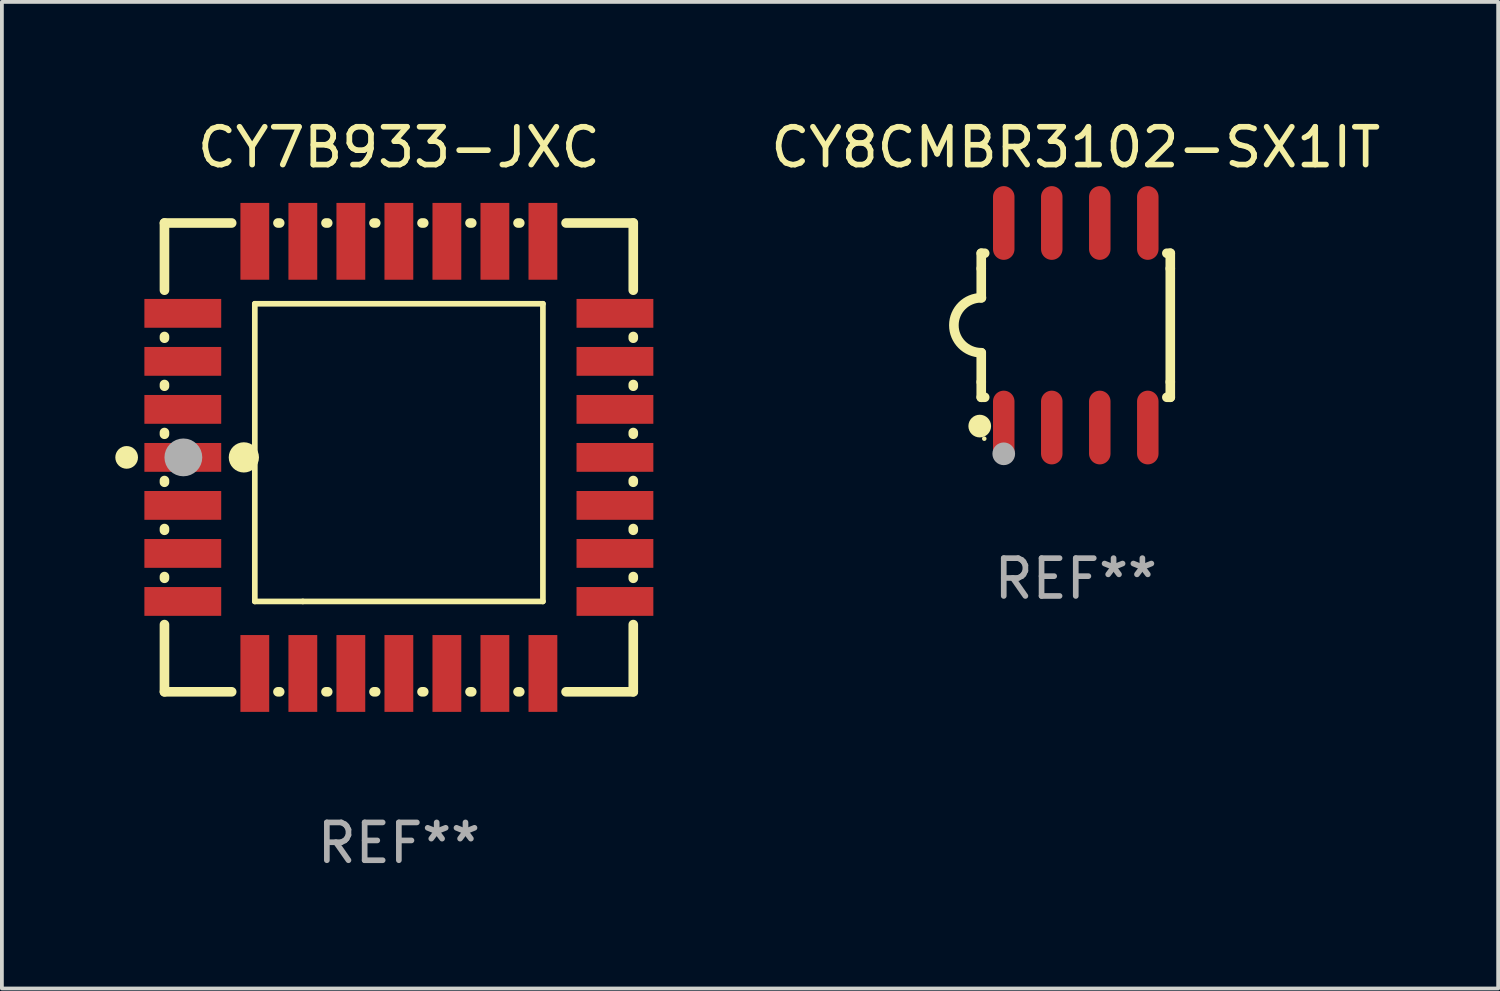
<source format=kicad_pcb>
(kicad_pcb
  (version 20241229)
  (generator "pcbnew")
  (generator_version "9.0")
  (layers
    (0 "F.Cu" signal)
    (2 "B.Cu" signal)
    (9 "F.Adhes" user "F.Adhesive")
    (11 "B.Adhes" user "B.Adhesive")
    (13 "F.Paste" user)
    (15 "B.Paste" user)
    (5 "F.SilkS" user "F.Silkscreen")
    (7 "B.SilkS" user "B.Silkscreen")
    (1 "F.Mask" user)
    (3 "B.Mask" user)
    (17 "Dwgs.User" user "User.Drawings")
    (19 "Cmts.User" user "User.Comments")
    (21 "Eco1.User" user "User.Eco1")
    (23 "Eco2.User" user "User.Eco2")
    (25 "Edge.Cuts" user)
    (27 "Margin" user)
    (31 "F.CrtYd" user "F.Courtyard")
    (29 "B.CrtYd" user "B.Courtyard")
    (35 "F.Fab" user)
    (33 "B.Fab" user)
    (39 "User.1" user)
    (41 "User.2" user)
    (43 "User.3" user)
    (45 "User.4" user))
  (footprint "CY7B933-JXC"
    (layer "F.Cu")
    (at 7.5 9.048)
    (property "Reference" "CY7B933-JXC" (at 0 -8.2 0) (layer "F.SilkS") (effects (font (size 1 1) (thickness 0.15))))
    (attr through_hole)
    (fp_line (start -6.2 -6.2) (end -4.422 -6.2) (stroke (width 0.254) (type solid)) (layer "F.SilkS"))
    (fp_line (start -6.2 -4.422) (end -6.2 -6.2) (stroke (width 0.254) (type solid)) (layer "F.SilkS"))
    (fp_line (start -6.2 -3.152) (end -6.2 -3.198) (stroke (width 0.254) (type solid)) (layer "F.SilkS"))
    (fp_line (start -6.2 -1.882) (end -6.2 -1.928) (stroke (width 0.254) (type solid)) (layer "F.SilkS"))
    (fp_line (start -6.2 -0.612) (end -6.2 -0.658) (stroke (width 0.254) (type solid)) (layer "F.SilkS"))
    (fp_line (start -6.2 0.658) (end -6.2 0.612) (stroke (width 0.254) (type solid)) (layer "F.SilkS"))
    (fp_line (start -6.2 1.928) (end -6.2 1.882) (stroke (width 0.254) (type solid)) (layer "F.SilkS"))
    (fp_line (start -6.2 3.198) (end -6.2 3.152) (stroke (width 0.254) (type solid)) (layer "F.SilkS"))
    (fp_line (start -6.2 6.2) (end -6.2 4.422) (stroke (width 0.254) (type solid)) (layer "F.SilkS"))
    (fp_line (start -4.422 6.2) (end -6.2 6.2) (stroke (width 0.254) (type solid)) (layer "F.SilkS"))
    (fp_line (start -3.81 -4.064) (end 3.81 -4.064) (stroke (width 0.15) (type solid)) (layer "F.SilkS"))
    (fp_line (start -3.81 3.81) (end -3.81 -4.064) (stroke (width 0.15) (type solid)) (layer "F.SilkS"))
    (fp_line (start -3.198 -6.2) (end -3.152 -6.2) (stroke (width 0.254) (type solid)) (layer "F.SilkS"))
    (fp_line (start -3.152 6.2) (end -3.198 6.2) (stroke (width 0.254) (type solid)) (layer "F.SilkS"))
    (fp_line (start -2.54 3.81) (end -3.81 3.81) (stroke (width 0.15) (type solid)) (layer "F.SilkS"))
    (fp_line (start -1.928 -6.2) (end -1.882 -6.2) (stroke (width 0.254) (type solid)) (layer "F.SilkS"))
    (fp_line (start -1.882 6.2) (end -1.928 6.2) (stroke (width 0.254) (type solid)) (layer "F.SilkS"))
    (fp_line (start -0.658 -6.2) (end -0.612 -6.2) (stroke (width 0.254) (type solid)) (layer "F.SilkS"))
    (fp_line (start -0.612 6.2) (end -0.658 6.2) (stroke (width 0.254) (type solid)) (layer "F.SilkS"))
    (fp_line (start 0.612 -6.2) (end 0.658 -6.2) (stroke (width 0.254) (type solid)) (layer "F.SilkS"))
    (fp_line (start 0.658 6.2) (end 0.612 6.2) (stroke (width 0.254) (type solid)) (layer "F.SilkS"))
    (fp_line (start 1.882 -6.2) (end 1.928 -6.2) (stroke (width 0.254) (type solid)) (layer "F.SilkS"))
    (fp_line (start 1.928 6.2) (end 1.882 6.2) (stroke (width 0.254) (type solid)) (layer "F.SilkS"))
    (fp_line (start 3.152 -6.2) (end 3.198 -6.2) (stroke (width 0.254) (type solid)) (layer "F.SilkS"))
    (fp_line (start 3.198 6.2) (end 3.152 6.2) (stroke (width 0.254) (type solid)) (layer "F.SilkS"))
    (fp_line (start 3.81 -4.064) (end 3.81 3.81) (stroke (width 0.15) (type solid)) (layer "F.SilkS"))
    (fp_line (start 3.81 3.81) (end -2.54 3.81) (stroke (width 0.15) (type solid)) (layer "F.SilkS"))
    (fp_line (start 4.422 -6.2) (end 6.2 -6.2) (stroke (width 0.254) (type solid)) (layer "F.SilkS"))
    (fp_line (start 6.2 -6.2) (end 6.2 -4.422) (stroke (width 0.254) (type solid)) (layer "F.SilkS"))
    (fp_line (start 6.2 -3.198) (end 6.2 -3.152) (stroke (width 0.254) (type solid)) (layer "F.SilkS"))
    (fp_line (start 6.2 -1.928) (end 6.2 -1.882) (stroke (width 0.254) (type solid)) (layer "F.SilkS"))
    (fp_line (start 6.2 -0.658) (end 6.2 -0.612) (stroke (width 0.254) (type solid)) (layer "F.SilkS"))
    (fp_line (start 6.2 0.612) (end 6.2 0.658) (stroke (width 0.254) (type solid)) (layer "F.SilkS"))
    (fp_line (start 6.2 1.882) (end 6.2 1.928) (stroke (width 0.254) (type solid)) (layer "F.SilkS"))
    (fp_line (start 6.2 3.152) (end 6.2 3.198) (stroke (width 0.254) (type solid)) (layer "F.SilkS"))
    (fp_line (start 6.2 4.422) (end 6.2 6.2) (stroke (width 0.254) (type solid)) (layer "F.SilkS"))
    (fp_line (start 6.2 6.2) (end 4.422 6.2) (stroke (width 0.254) (type solid)) (layer "F.SilkS"))
    (fp_circle (center -7.2 0) (end -7.05 0) (stroke (width 0.3) (type solid)) (fill no) (layer "F.SilkS"))
    (fp_circle (center -6.223 6.223) (end -6.193 6.223) (stroke (width 0.06) (type solid)) (fill no) (layer "F.SilkS"))
    (fp_circle (center -4.1 0) (end -3.9 0) (stroke (width 0.4) (type solid)) (fill no) (layer "F.SilkS"))
    (fp_circle (center -5.7 0) (end -5.45 0) (stroke (width 0.5) (type solid)) (fill no) (layer "F.Fab"))
    (fp_text user "REF**" (at 0 10.2 0) (layer "F.Fab") (effects (font (size 1 1) (thickness 0.15))))
    (pad "1" smd rect (at -5.715 0) (size 2.032 0.762) (layers "F.Cu" "F.Mask" "F.Paste"))
    (pad "2" smd rect (at -5.715 1.27) (size 2.032 0.762) (layers "F.Cu" "F.Mask" "F.Paste"))
    (pad "3" smd rect (at -5.715 2.54) (size 2.032 0.762) (layers "F.Cu" "F.Mask" "F.Paste"))
    (pad "4" smd rect (at -5.715 3.81) (size 2.032 0.762) (layers "F.Cu" "F.Mask" "F.Paste"))
    (pad "5" smd rect (at -3.81 5.715) (size 0.762 2.032) (layers "F.Cu" "F.Mask" "F.Paste"))
    (pad "6" smd rect (at -2.54 5.715) (size 0.762 2.032) (layers "F.Cu" "F.Mask" "F.Paste"))
    (pad "7" smd rect (at -1.27 5.715) (size 0.762 2.032) (layers "F.Cu" "F.Mask" "F.Paste"))
    (pad "8" smd rect (at 0 5.715) (size 0.762 2.032) (layers "F.Cu" "F.Mask" "F.Paste"))
    (pad "9" smd rect (at 1.27 5.715) (size 0.762 2.032) (layers "F.Cu" "F.Mask" "F.Paste"))
    (pad "10" smd rect (at 2.54 5.715) (size 0.762 2.032) (layers "F.Cu" "F.Mask" "F.Paste"))
    (pad "11" smd rect (at 3.81 5.715) (size 0.762 2.032) (layers "F.Cu" "F.Mask" "F.Paste"))
    (pad "12" smd rect (at 5.715 3.81) (size 2.032 0.762) (layers "F.Cu" "F.Mask" "F.Paste"))
    (pad "13" smd rect (at 5.715 2.54) (size 2.032 0.762) (layers "F.Cu" "F.Mask" "F.Paste"))
    (pad "14" smd rect (at 5.715 1.27) (size 2.032 0.762) (layers "F.Cu" "F.Mask" "F.Paste"))
    (pad "15" smd rect (at 5.715 0) (size 2.032 0.762) (layers "F.Cu" "F.Mask" "F.Paste"))
    (pad "16" smd rect (at 5.715 -1.27) (size 2.032 0.762) (layers "F.Cu" "F.Mask" "F.Paste"))
    (pad "17" smd rect (at 5.715 -2.54) (size 2.032 0.762) (layers "F.Cu" "F.Mask" "F.Paste"))
    (pad "18" smd rect (at 5.715 -3.81) (size 2.032 0.762) (layers "F.Cu" "F.Mask" "F.Paste"))
    (pad "19" smd rect (at 3.81 -5.715) (size 0.762 2.032) (layers "F.Cu" "F.Mask" "F.Paste"))
    (pad "20" smd rect (at 2.54 -5.715) (size 0.762 2.032) (layers "F.Cu" "F.Mask" "F.Paste"))
    (pad "21" smd rect (at 1.27 -5.715) (size 0.762 2.032) (layers "F.Cu" "F.Mask" "F.Paste"))
    (pad "22" smd rect (at 0 -5.715) (size 0.762 2.032) (layers "F.Cu" "F.Mask" "F.Paste"))
    (pad "23" smd rect (at -1.27 -5.715) (size 0.762 2.032) (layers "F.Cu" "F.Mask" "F.Paste"))
    (pad "24" smd rect (at -2.54 -5.715) (size 0.762 2.032) (layers "F.Cu" "F.Mask" "F.Paste"))
    (pad "25" smd rect (at -3.81 -5.715) (size 0.762 2.032) (layers "F.Cu" "F.Mask" "F.Paste"))
    (pad "26" smd rect (at -5.715 -3.81) (size 2.032 0.762) (layers "F.Cu" "F.Mask" "F.Paste"))
    (pad "27" smd rect (at -5.715 -2.54) (size 2.032 0.762) (layers "F.Cu" "F.Mask" "F.Paste"))
    (pad "28" smd rect (at -5.715 -1.27) (size 2.032 0.762) (layers "F.Cu" "F.Mask" "F.Paste")))
  (footprint "CY8CMBR3102-SX1IT"
    (layer "F.Cu")
    (at 25.404 5.553)
    (property "Reference" "CY8CMBR3102-SX1IT" (at 0 -4.705 0) (layer "F.SilkS") (effects (font (size 1 1) (thickness 0.15))))
    (attr through_hole)
    (fp_line (start -2.5 -1.905) (end -2.409 -1.905) (stroke (width 0.254) (type solid)) (layer "F.SilkS"))
    (fp_line (start -2.5 -1.5) (end -2.5 -1.905) (stroke (width 0.254) (type solid)) (layer "F.SilkS"))
    (fp_line (start -2.5 -1.5) (end -2.5 -0.726) (stroke (width 0.254) (type solid)) (layer "F.SilkS"))
    (fp_line (start -2.5 1.5) (end -2.5 0.727) (stroke (width 0.254) (type solid)) (layer "F.SilkS"))
    (fp_line (start -2.5 1.5) (end -2.5 1.905) (stroke (width 0.254) (type solid)) (layer "F.SilkS"))
    (fp_line (start -2.5 1.905) (end -2.409 1.905) (stroke (width 0.254) (type solid)) (layer "F.SilkS"))
    (fp_line (start 2.5 -1.905) (end 2.409 -1.905) (stroke (width 0.254) (type solid)) (layer "F.SilkS"))
    (fp_line (start 2.5 -1.5) (end 2.5 -1.905) (stroke (width 0.254) (type solid)) (layer "F.SilkS"))
    (fp_line (start 2.5 -1.5) (end 2.5 1.5) (stroke (width 0.254) (type solid)) (layer "F.SilkS"))
    (fp_line (start 2.5 1.5) (end 2.5 1.905) (stroke (width 0.254) (type solid)) (layer "F.SilkS"))
    (fp_line (start 2.5 1.905) (end 2.409 1.905) (stroke (width 0.254) (type solid)) (layer "F.SilkS"))
    (fp_arc (start -2.5 0.726568) (mid -3.220316 -0.0023) (end -2.495097 -0.726289) (stroke (width 0.254001) (type solid)) (layer "F.SilkS"))
    (fp_circle (center -2.54 2.667) (end -2.39 2.667) (stroke (width 0.3) (type solid)) (fill no) (layer "F.SilkS"))
    (fp_circle (center -2.42 3) (end -2.39 3) (stroke (width 0.06) (type solid)) (fill no) (layer "F.SilkS"))
    (fp_circle (center -1.905 3.4) (end -1.755 3.4) (stroke (width 0.3) (type solid)) (fill no) (layer "F.Fab"))
    (fp_text user "REF**" (at 0 6.705 0) (layer "F.Fab") (effects (font (size 1 1) (thickness 0.15))))
    (pad "1" smd oval (at -1.905 2.705) (size 0.568 1.95) (layers "F.Cu" "F.Mask" "F.Paste"))
    (pad "2" smd oval (at -0.635 2.705) (size 0.568 1.95) (layers "F.Cu" "F.Mask" "F.Paste"))
    (pad "3" smd oval (at 0.635 2.705) (size 0.568 1.95) (layers "F.Cu" "F.Mask" "F.Paste"))
    (pad "4" smd oval (at 1.905 2.705) (size 0.568 1.95) (layers "F.Cu" "F.Mask" "F.Paste"))
    (pad "5" smd oval (at 1.905 -2.705) (size 0.568 1.95) (layers "F.Cu" "F.Mask" "F.Paste"))
    (pad "6" smd oval (at 0.635 -2.705) (size 0.568 1.95) (layers "F.Cu" "F.Mask" "F.Paste"))
    (pad "7" smd oval (at -0.635 -2.705) (size 0.568 1.95) (layers "F.Cu" "F.Mask" "F.Paste"))
    (pad "8" smd oval (at -1.905 -2.705) (size 0.568 1.95) (layers "F.Cu" "F.Mask" "F.Paste")))
  (gr_rect
    (start -3 -3)
    (end 36.576 23.096)
    (stroke (width 0.1) (type default))
    (fill no)
    (layer "Edge.Cuts")))
</source>
